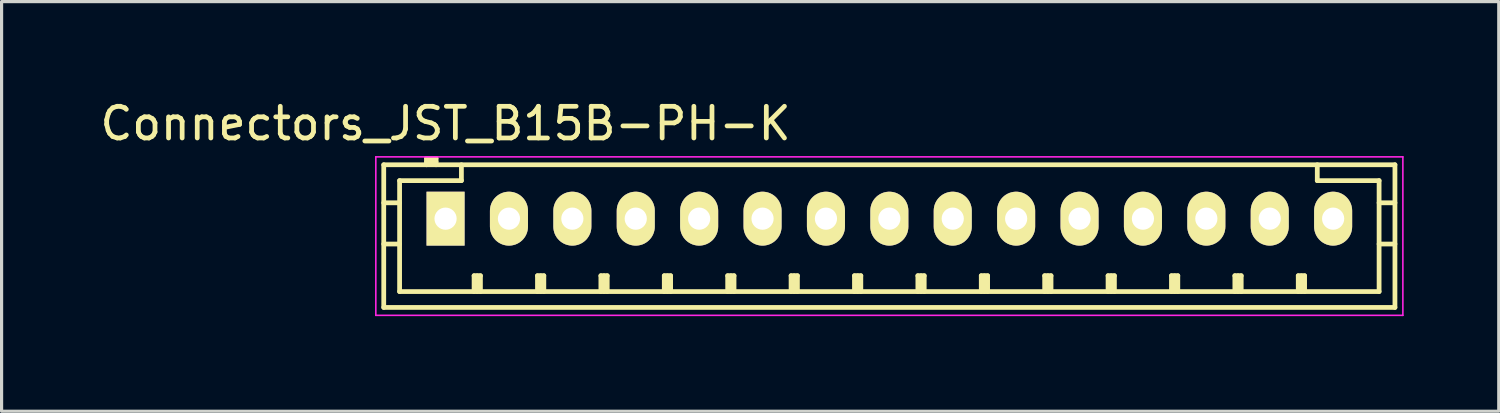
<source format=kicad_pcb>
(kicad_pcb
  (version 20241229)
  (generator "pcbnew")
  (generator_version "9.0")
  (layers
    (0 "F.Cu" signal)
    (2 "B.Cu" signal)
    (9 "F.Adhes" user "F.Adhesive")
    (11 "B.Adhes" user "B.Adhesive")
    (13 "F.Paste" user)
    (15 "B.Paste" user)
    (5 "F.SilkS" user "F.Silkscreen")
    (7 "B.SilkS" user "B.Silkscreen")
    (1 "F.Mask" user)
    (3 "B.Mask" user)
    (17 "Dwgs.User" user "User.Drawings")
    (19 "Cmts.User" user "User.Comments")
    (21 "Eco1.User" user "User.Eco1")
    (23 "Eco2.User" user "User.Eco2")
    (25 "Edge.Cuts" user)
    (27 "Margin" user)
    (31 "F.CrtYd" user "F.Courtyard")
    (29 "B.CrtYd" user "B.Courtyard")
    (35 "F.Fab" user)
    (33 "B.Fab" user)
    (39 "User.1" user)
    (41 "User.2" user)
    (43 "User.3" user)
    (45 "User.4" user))
  (footprint "Connectors_JST_B15B-PH-K"
    (layer "F.Cu")
    (at 11.006 3.848)
    (property "Reference" "Connectors_JST_B15B-PH-K" (at 0 -3 0) (layer "F.SilkS") (effects (font (size 1 1) (thickness 0.15))))
    (attr through_hole)
    (fp_line (start -1.95 -1.7) (end 29.95 -1.7) (stroke (width 0.15) (type solid)) (layer "F.SilkS"))
    (fp_line (start -1.95 -0.5) (end -1.45 -0.5) (stroke (width 0.15) (type solid)) (layer "F.SilkS"))
    (fp_line (start -1.95 0.8) (end -1.45 0.8) (stroke (width 0.15) (type solid)) (layer "F.SilkS"))
    (fp_line (start -1.95 2.8) (end -1.95 -1.7) (stroke (width 0.15) (type solid)) (layer "F.SilkS"))
    (fp_line (start -1.45 -1.2) (end -1.45 2.3) (stroke (width 0.15) (type solid)) (layer "F.SilkS"))
    (fp_line (start -1.45 2.3) (end 29.45 2.3) (stroke (width 0.15) (type solid)) (layer "F.SilkS"))
    (fp_line (start -0.6 -1.9) (end -0.6 -1.7) (stroke (width 0.15) (type solid)) (layer "F.SilkS"))
    (fp_line (start -0.3 -1.9) (end -0.6 -1.9) (stroke (width 0.15) (type solid)) (layer "F.SilkS"))
    (fp_line (start -0.3 -1.8) (end -0.6 -1.8) (stroke (width 0.15) (type solid)) (layer "F.SilkS"))
    (fp_line (start -0.3 -1.7) (end -0.3 -1.9) (stroke (width 0.15) (type solid)) (layer "F.SilkS"))
    (fp_line (start 0.5 -1.7) (end 0.5 -1.2) (stroke (width 0.15) (type solid)) (layer "F.SilkS"))
    (fp_line (start 0.5 -1.2) (end -1.45 -1.2) (stroke (width 0.15) (type solid)) (layer "F.SilkS"))
    (fp_line (start 0.9 1.8) (end 1.1 1.8) (stroke (width 0.15) (type solid)) (layer "F.SilkS"))
    (fp_line (start 0.9 2.3) (end 0.9 1.8) (stroke (width 0.15) (type solid)) (layer "F.SilkS"))
    (fp_line (start 1 2.3) (end 1 1.8) (stroke (width 0.15) (type solid)) (layer "F.SilkS"))
    (fp_line (start 1.1 1.8) (end 1.1 2.3) (stroke (width 0.15) (type solid)) (layer "F.SilkS"))
    (fp_line (start 2.9 1.8) (end 3.1 1.8) (stroke (width 0.15) (type solid)) (layer "F.SilkS"))
    (fp_line (start 2.9 2.3) (end 2.9 1.8) (stroke (width 0.15) (type solid)) (layer "F.SilkS"))
    (fp_line (start 3 2.3) (end 3 1.8) (stroke (width 0.15) (type solid)) (layer "F.SilkS"))
    (fp_line (start 3.1 1.8) (end 3.1 2.3) (stroke (width 0.15) (type solid)) (layer "F.SilkS"))
    (fp_line (start 4.9 1.8) (end 5.1 1.8) (stroke (width 0.15) (type solid)) (layer "F.SilkS"))
    (fp_line (start 4.9 2.3) (end 4.9 1.8) (stroke (width 0.15) (type solid)) (layer "F.SilkS"))
    (fp_line (start 5 2.3) (end 5 1.8) (stroke (width 0.15) (type solid)) (layer "F.SilkS"))
    (fp_line (start 5.1 1.8) (end 5.1 2.3) (stroke (width 0.15) (type solid)) (layer "F.SilkS"))
    (fp_line (start 6.9 1.8) (end 7.1 1.8) (stroke (width 0.15) (type solid)) (layer "F.SilkS"))
    (fp_line (start 6.9 2.3) (end 6.9 1.8) (stroke (width 0.15) (type solid)) (layer "F.SilkS"))
    (fp_line (start 7 2.3) (end 7 1.8) (stroke (width 0.15) (type solid)) (layer "F.SilkS"))
    (fp_line (start 7.1 1.8) (end 7.1 2.3) (stroke (width 0.15) (type solid)) (layer "F.SilkS"))
    (fp_line (start 8.9 1.8) (end 9.1 1.8) (stroke (width 0.15) (type solid)) (layer "F.SilkS"))
    (fp_line (start 8.9 2.3) (end 8.9 1.8) (stroke (width 0.15) (type solid)) (layer "F.SilkS"))
    (fp_line (start 9 2.3) (end 9 1.8) (stroke (width 0.15) (type solid)) (layer "F.SilkS"))
    (fp_line (start 9.1 1.8) (end 9.1 2.3) (stroke (width 0.15) (type solid)) (layer "F.SilkS"))
    (fp_line (start 10.9 1.8) (end 11.1 1.8) (stroke (width 0.15) (type solid)) (layer "F.SilkS"))
    (fp_line (start 10.9 2.3) (end 10.9 1.8) (stroke (width 0.15) (type solid)) (layer "F.SilkS"))
    (fp_line (start 11 2.3) (end 11 1.8) (stroke (width 0.15) (type solid)) (layer "F.SilkS"))
    (fp_line (start 11.1 1.8) (end 11.1 2.3) (stroke (width 0.15) (type solid)) (layer "F.SilkS"))
    (fp_line (start 12.9 1.8) (end 13.1 1.8) (stroke (width 0.15) (type solid)) (layer "F.SilkS"))
    (fp_line (start 12.9 2.3) (end 12.9 1.8) (stroke (width 0.15) (type solid)) (layer "F.SilkS"))
    (fp_line (start 13 2.3) (end 13 1.8) (stroke (width 0.15) (type solid)) (layer "F.SilkS"))
    (fp_line (start 13.1 1.8) (end 13.1 2.3) (stroke (width 0.15) (type solid)) (layer "F.SilkS"))
    (fp_line (start 14.9 1.8) (end 15.1 1.8) (stroke (width 0.15) (type solid)) (layer "F.SilkS"))
    (fp_line (start 14.9 2.3) (end 14.9 1.8) (stroke (width 0.15) (type solid)) (layer "F.SilkS"))
    (fp_line (start 15 2.3) (end 15 1.8) (stroke (width 0.15) (type solid)) (layer "F.SilkS"))
    (fp_line (start 15.1 1.8) (end 15.1 2.3) (stroke (width 0.15) (type solid)) (layer "F.SilkS"))
    (fp_line (start 16.9 1.8) (end 17.1 1.8) (stroke (width 0.15) (type solid)) (layer "F.SilkS"))
    (fp_line (start 16.9 2.3) (end 16.9 1.8) (stroke (width 0.15) (type solid)) (layer "F.SilkS"))
    (fp_line (start 17 2.3) (end 17 1.8) (stroke (width 0.15) (type solid)) (layer "F.SilkS"))
    (fp_line (start 17.1 1.8) (end 17.1 2.3) (stroke (width 0.15) (type solid)) (layer "F.SilkS"))
    (fp_line (start 18.9 1.8) (end 19.1 1.8) (stroke (width 0.15) (type solid)) (layer "F.SilkS"))
    (fp_line (start 18.9 2.3) (end 18.9 1.8) (stroke (width 0.15) (type solid)) (layer "F.SilkS"))
    (fp_line (start 19 2.3) (end 19 1.8) (stroke (width 0.15) (type solid)) (layer "F.SilkS"))
    (fp_line (start 19.1 1.8) (end 19.1 2.3) (stroke (width 0.15) (type solid)) (layer "F.SilkS"))
    (fp_line (start 20.9 1.8) (end 21.1 1.8) (stroke (width 0.15) (type solid)) (layer "F.SilkS"))
    (fp_line (start 20.9 2.3) (end 20.9 1.8) (stroke (width 0.15) (type solid)) (layer "F.SilkS"))
    (fp_line (start 21 2.3) (end 21 1.8) (stroke (width 0.15) (type solid)) (layer "F.SilkS"))
    (fp_line (start 21.1 1.8) (end 21.1 2.3) (stroke (width 0.15) (type solid)) (layer "F.SilkS"))
    (fp_line (start 22.9 1.8) (end 23.1 1.8) (stroke (width 0.15) (type solid)) (layer "F.SilkS"))
    (fp_line (start 22.9 2.3) (end 22.9 1.8) (stroke (width 0.15) (type solid)) (layer "F.SilkS"))
    (fp_line (start 23 2.3) (end 23 1.8) (stroke (width 0.15) (type solid)) (layer "F.SilkS"))
    (fp_line (start 23.1 1.8) (end 23.1 2.3) (stroke (width 0.15) (type solid)) (layer "F.SilkS"))
    (fp_line (start 24.9 1.8) (end 25.1 1.8) (stroke (width 0.15) (type solid)) (layer "F.SilkS"))
    (fp_line (start 24.9 2.3) (end 24.9 1.8) (stroke (width 0.15) (type solid)) (layer "F.SilkS"))
    (fp_line (start 25 2.3) (end 25 1.8) (stroke (width 0.15) (type solid)) (layer "F.SilkS"))
    (fp_line (start 25.1 1.8) (end 25.1 2.3) (stroke (width 0.15) (type solid)) (layer "F.SilkS"))
    (fp_line (start 26.9 1.8) (end 27.1 1.8) (stroke (width 0.15) (type solid)) (layer "F.SilkS"))
    (fp_line (start 26.9 2.3) (end 26.9 1.8) (stroke (width 0.15) (type solid)) (layer "F.SilkS"))
    (fp_line (start 27 2.3) (end 27 1.8) (stroke (width 0.15) (type solid)) (layer "F.SilkS"))
    (fp_line (start 27.1 1.8) (end 27.1 2.3) (stroke (width 0.15) (type solid)) (layer "F.SilkS"))
    (fp_line (start 27.5 -1.2) (end 27.5 -1.7) (stroke (width 0.15) (type solid)) (layer "F.SilkS"))
    (fp_line (start 29.45 -1.2) (end 27.5 -1.2) (stroke (width 0.15) (type solid)) (layer "F.SilkS"))
    (fp_line (start 29.45 -0.5) (end 29.95 -0.5) (stroke (width 0.15) (type solid)) (layer "F.SilkS"))
    (fp_line (start 29.45 0.8) (end 29.95 0.8) (stroke (width 0.15) (type solid)) (layer "F.SilkS"))
    (fp_line (start 29.45 2.3) (end 29.45 -1.2) (stroke (width 0.15) (type solid)) (layer "F.SilkS"))
    (fp_line (start 29.95 -1.7) (end 29.95 2.8) (stroke (width 0.15) (type solid)) (layer "F.SilkS"))
    (fp_line (start 29.95 2.8) (end -1.95 2.8) (stroke (width 0.15) (type solid)) (layer "F.SilkS"))
    (fp_line (start -2.2 -1.95) (end 30.2 -1.95) (stroke (width 0.05) (type solid)) (layer "F.CrtYd"))
    (fp_line (start -2.2 3.05) (end -2.2 -1.95) (stroke (width 0.05) (type solid)) (layer "F.CrtYd"))
    (fp_line (start 30.2 -1.95) (end 30.2 3.05) (stroke (width 0.05) (type solid)) (layer "F.CrtYd"))
    (fp_line (start 30.2 3.05) (end -2.2 3.05) (stroke (width 0.05) (type solid)) (layer "F.CrtYd"))
    (pad "1" thru_hole rect (at 0 0) (size 1.2 1.7) (drill 0.7) (layers "*.Cu" "*.Mask" "F.SilkS"))
    (pad "2" thru_hole oval (at 2 0) (size 1.2 1.7) (drill 0.7) (layers "*.Cu" "*.Mask" "F.SilkS"))
    (pad "3" thru_hole oval (at 4 0) (size 1.2 1.7) (drill 0.7) (layers "*.Cu" "*.Mask" "F.SilkS"))
    (pad "4" thru_hole oval (at 6 0) (size 1.2 1.7) (drill 0.7) (layers "*.Cu" "*.Mask" "F.SilkS"))
    (pad "5" thru_hole oval (at 8 0) (size 1.2 1.7) (drill 0.7) (layers "*.Cu" "*.Mask" "F.SilkS"))
    (pad "6" thru_hole oval (at 10 0) (size 1.2 1.7) (drill 0.7) (layers "*.Cu" "*.Mask" "F.SilkS"))
    (pad "7" thru_hole oval (at 12 0) (size 1.2 1.7) (drill 0.7) (layers "*.Cu" "*.Mask" "F.SilkS"))
    (pad "8" thru_hole oval (at 14 0) (size 1.2 1.7) (drill 0.7) (layers "*.Cu" "*.Mask" "F.SilkS"))
    (pad "9" thru_hole oval (at 16 0) (size 1.2 1.7) (drill 0.7) (layers "*.Cu" "*.Mask" "F.SilkS"))
    (pad "10" thru_hole oval (at 18 0) (size 1.2 1.7) (drill 0.7) (layers "*.Cu" "*.Mask" "F.SilkS"))
    (pad "11" thru_hole oval (at 20 0) (size 1.2 1.7) (drill 0.7) (layers "*.Cu" "*.Mask" "F.SilkS"))
    (pad "12" thru_hole oval (at 22 0) (size 1.2 1.7) (drill 0.7) (layers "*.Cu" "*.Mask" "F.SilkS"))
    (pad "13" thru_hole oval (at 24 0) (size 1.2 1.7) (drill 0.7) (layers "*.Cu" "*.Mask" "F.SilkS"))
    (pad "14" thru_hole oval (at 26 0) (size 1.2 1.7) (drill 0.7) (layers "*.Cu" "*.Mask" "F.SilkS"))
    (pad "15" thru_hole oval (at 28 0) (size 1.2 1.7) (drill 0.7) (layers "*.Cu" "*.Mask" "F.SilkS")))
  (gr_rect
    (start -3 -3)
    (end 44.231 9.923)
    (stroke (width 0.1) (type default))
    (fill no)
    (layer "Edge.Cuts")))
</source>
